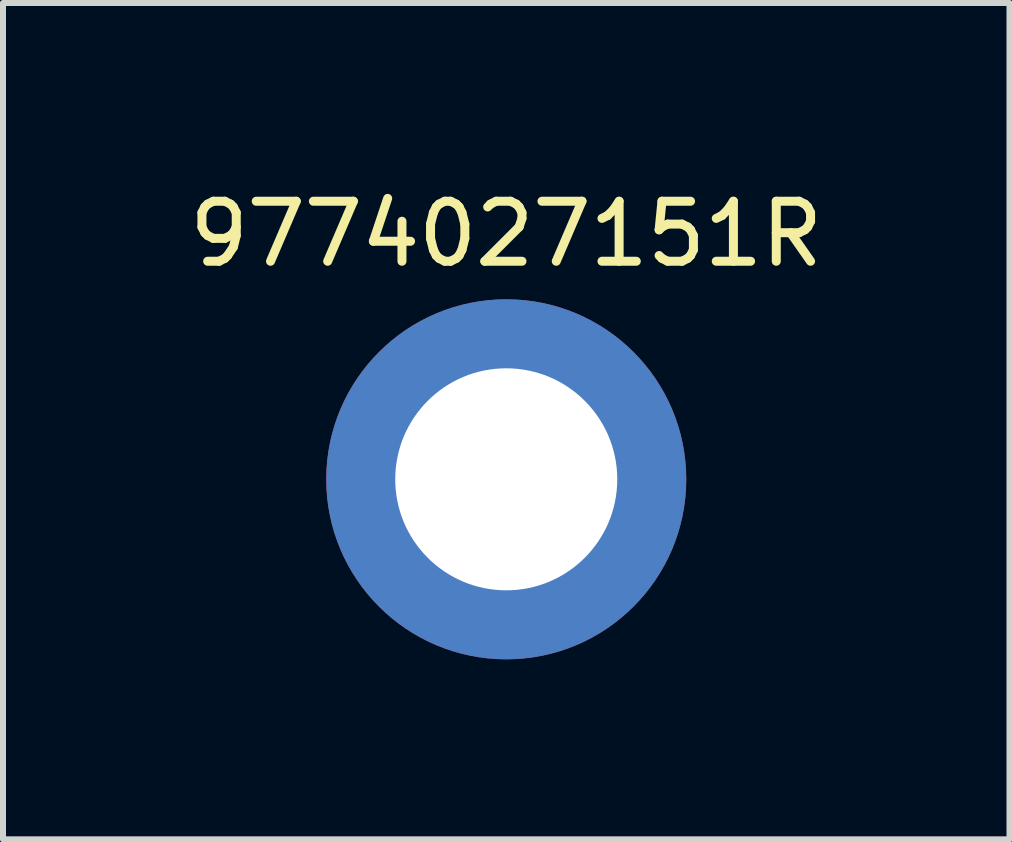
<source format=kicad_pcb>
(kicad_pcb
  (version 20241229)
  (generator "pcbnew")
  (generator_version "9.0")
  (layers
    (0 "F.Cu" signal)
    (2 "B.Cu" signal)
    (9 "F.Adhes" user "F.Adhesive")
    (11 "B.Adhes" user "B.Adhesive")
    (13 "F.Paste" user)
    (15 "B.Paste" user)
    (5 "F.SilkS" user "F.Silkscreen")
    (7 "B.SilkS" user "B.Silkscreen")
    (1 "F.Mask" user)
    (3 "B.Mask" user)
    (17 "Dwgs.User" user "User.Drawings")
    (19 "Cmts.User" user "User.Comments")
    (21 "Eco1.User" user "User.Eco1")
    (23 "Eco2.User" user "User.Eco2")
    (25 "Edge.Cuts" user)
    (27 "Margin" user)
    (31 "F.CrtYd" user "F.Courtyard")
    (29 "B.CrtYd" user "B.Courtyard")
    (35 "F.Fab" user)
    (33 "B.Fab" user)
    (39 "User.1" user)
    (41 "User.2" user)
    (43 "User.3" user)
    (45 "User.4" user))
  (footprint "9774027151R"
    (layer "F.Cu")
    (at 5.387 4.938)
    (property "Reference" "9774027151R" (at 0 -4.089 0) (layer "F.SilkS") (effects (font (size 1 1) (thickness 0.15))))
    (attr through_hole)
    (pad "" thru_hole circle (at 0 0) (size 6 6) (drill 3.7) (layers "*.Cu" "*.Mask")))
  (gr_rect
    (start -3 -3)
    (end 13.774 10.938)
    (stroke (width 0.1) (type default))
    (fill no)
    (layer "Edge.Cuts")))
</source>
